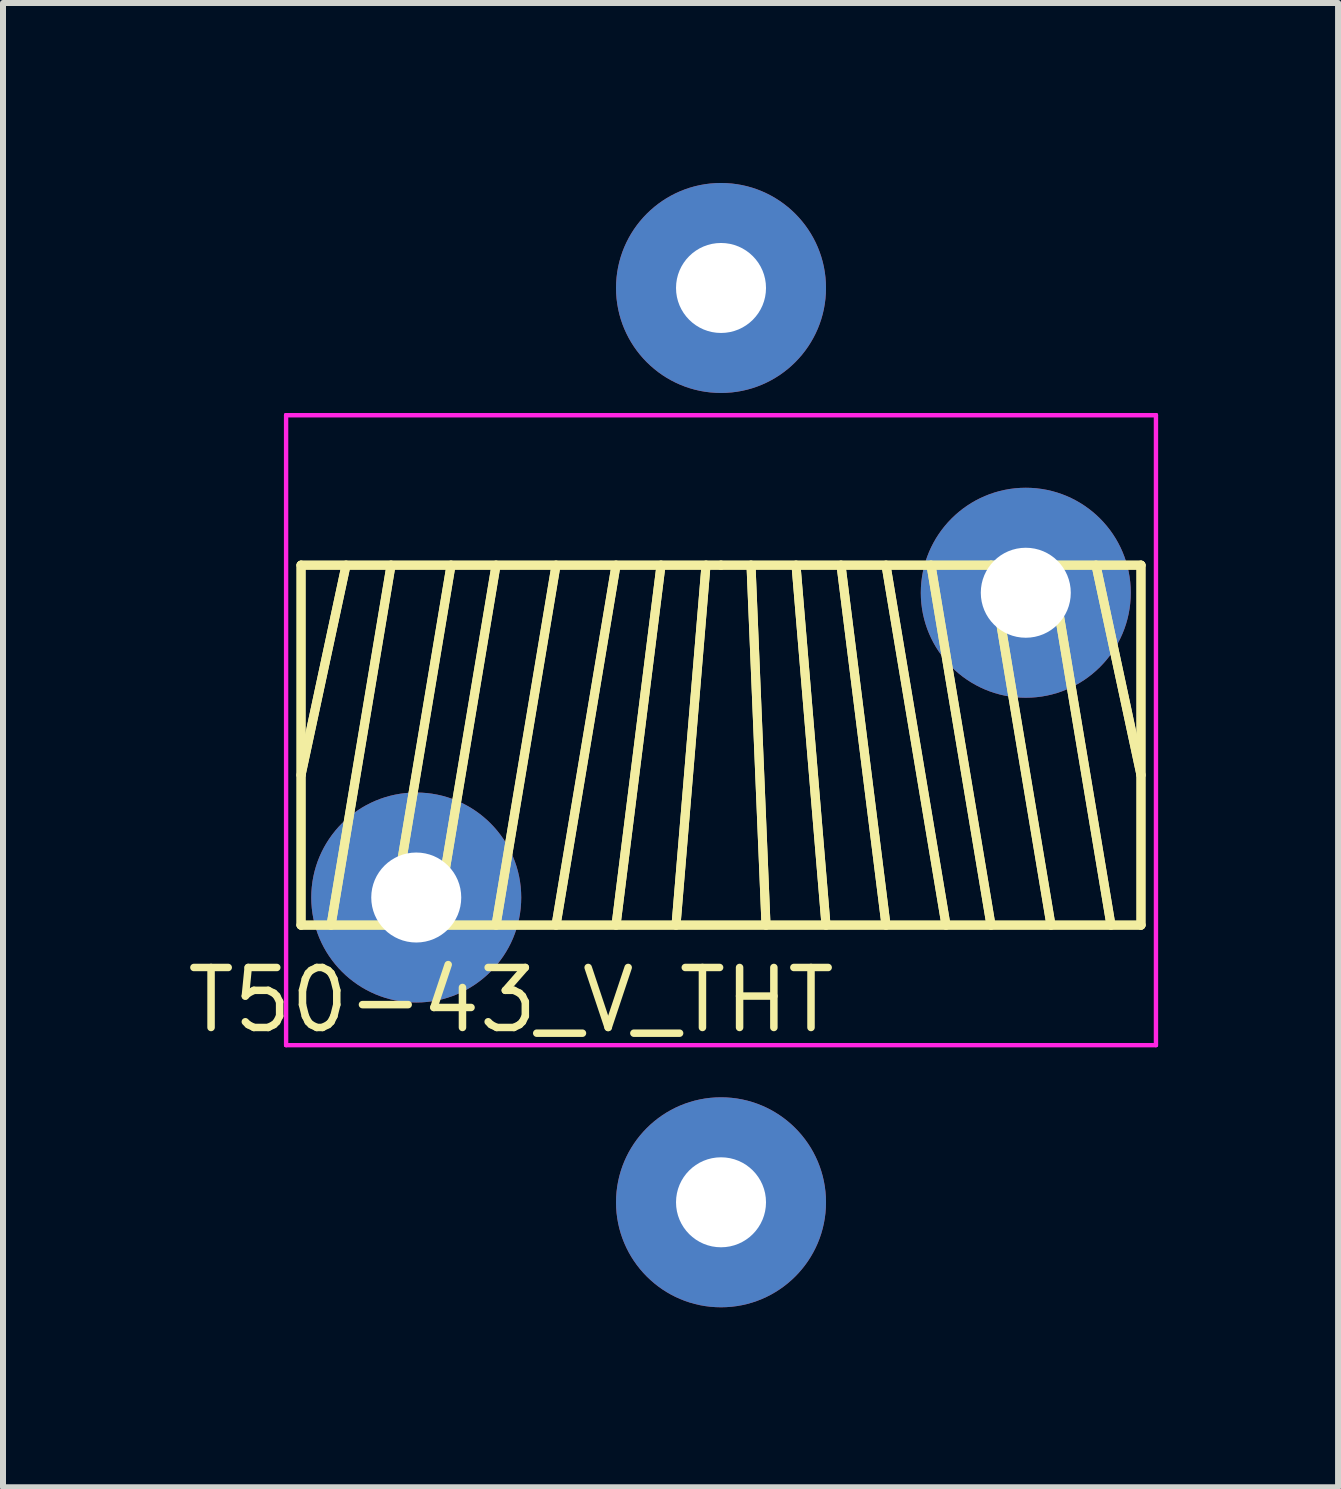
<source format=kicad_pcb>
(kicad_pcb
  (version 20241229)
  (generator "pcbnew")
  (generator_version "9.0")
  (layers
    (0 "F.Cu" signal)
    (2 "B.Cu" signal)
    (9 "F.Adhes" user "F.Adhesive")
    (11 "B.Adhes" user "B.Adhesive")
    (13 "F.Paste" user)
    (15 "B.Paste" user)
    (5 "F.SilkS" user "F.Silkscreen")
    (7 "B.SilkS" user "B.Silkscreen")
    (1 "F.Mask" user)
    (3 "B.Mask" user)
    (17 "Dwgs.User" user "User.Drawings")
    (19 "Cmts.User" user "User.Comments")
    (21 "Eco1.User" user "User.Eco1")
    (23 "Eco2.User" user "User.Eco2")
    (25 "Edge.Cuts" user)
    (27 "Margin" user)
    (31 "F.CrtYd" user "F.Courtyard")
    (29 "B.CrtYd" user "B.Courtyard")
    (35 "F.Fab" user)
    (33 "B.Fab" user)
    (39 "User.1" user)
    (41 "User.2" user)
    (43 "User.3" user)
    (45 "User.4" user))
  (footprint "T50-43_V_THT"
    (layer "F.Cu")
    (at 8.968 9.37)
    (property "Reference" "T50-43_V_THT" (at -3.5 4.25 0) (layer "F.SilkS") (effects (font (size 1 1) (thickness 0.125))))
    (attr through_hole)
    (fp_line (start -7 -3) (end 0 -3) (stroke (width 0.15) (type solid)) (layer "F.SilkS"))
    (fp_line (start -7 -3) (end 0 -3) (stroke (width 0.15) (type solid)) (layer "F.SilkS"))
    (fp_line (start -7 3) (end -7 -3) (stroke (width 0.15) (type solid)) (layer "F.SilkS"))
    (fp_line (start -7 3) (end -7 -3) (stroke (width 0.15) (type solid)) (layer "F.SilkS"))
    (fp_line (start -6.25 -3) (end -7 0.5) (stroke (width 0.15) (type solid)) (layer "F.SilkS"))
    (fp_line (start -6.25 -3) (end -7 0.5) (stroke (width 0.15) (type solid)) (layer "F.SilkS"))
    (fp_line (start -5.5 -3) (end -6.5 3) (stroke (width 0.15) (type solid)) (layer "F.SilkS"))
    (fp_line (start -5.5 -3) (end -6.5 3) (stroke (width 0.15) (type solid)) (layer "F.SilkS"))
    (fp_line (start -4.5 -3) (end -5.5 3) (stroke (width 0.15) (type solid)) (layer "F.SilkS"))
    (fp_line (start -4.5 -3) (end -5.5 3) (stroke (width 0.15) (type solid)) (layer "F.SilkS"))
    (fp_line (start -3.75 -3) (end -4.75 3) (stroke (width 0.15) (type solid)) (layer "F.SilkS"))
    (fp_line (start -3.75 -3) (end -4.75 3) (stroke (width 0.15) (type solid)) (layer "F.SilkS"))
    (fp_line (start -2.75 -3) (end -3.75 3) (stroke (width 0.15) (type solid)) (layer "F.SilkS"))
    (fp_line (start -2.75 -3) (end -3.75 3) (stroke (width 0.15) (type solid)) (layer "F.SilkS"))
    (fp_line (start -1.75 -3) (end -2.75 3) (stroke (width 0.15) (type solid)) (layer "F.SilkS"))
    (fp_line (start -1.75 -3) (end -2.75 3) (stroke (width 0.15) (type solid)) (layer "F.SilkS"))
    (fp_line (start -1 -3) (end -1.75 3) (stroke (width 0.15) (type solid)) (layer "F.SilkS"))
    (fp_line (start -1 -3) (end -1.75 3) (stroke (width 0.15) (type solid)) (layer "F.SilkS"))
    (fp_line (start -0.25 -3) (end -0.75 3) (stroke (width 0.15) (type solid)) (layer "F.SilkS"))
    (fp_line (start -0.25 -3) (end -0.75 3) (stroke (width 0.15) (type solid)) (layer "F.SilkS"))
    (fp_line (start 0 -3) (end 7 -3) (stroke (width 0.15) (type solid)) (layer "F.SilkS"))
    (fp_line (start 0 -3) (end 7 -3) (stroke (width 0.15) (type solid)) (layer "F.SilkS"))
    (fp_line (start 0.5 -3) (end 0.75 3) (stroke (width 0.15) (type solid)) (layer "F.SilkS"))
    (fp_line (start 0.5 -3) (end 0.75 3) (stroke (width 0.15) (type solid)) (layer "F.SilkS"))
    (fp_line (start 1.25 -3) (end 1.75 3) (stroke (width 0.15) (type solid)) (layer "F.SilkS"))
    (fp_line (start 1.25 -3) (end 1.75 3) (stroke (width 0.15) (type solid)) (layer "F.SilkS"))
    (fp_line (start 2 -3) (end 2.75 3) (stroke (width 0.15) (type solid)) (layer "F.SilkS"))
    (fp_line (start 2 -3) (end 2.75 3) (stroke (width 0.15) (type solid)) (layer "F.SilkS"))
    (fp_line (start 2.75 -3) (end 3.75 3) (stroke (width 0.15) (type solid)) (layer "F.SilkS"))
    (fp_line (start 2.75 -3) (end 3.75 3) (stroke (width 0.15) (type solid)) (layer "F.SilkS"))
    (fp_line (start 3.5 -3) (end 4.5 3) (stroke (width 0.15) (type solid)) (layer "F.SilkS"))
    (fp_line (start 3.5 -3) (end 4.5 3) (stroke (width 0.15) (type solid)) (layer "F.SilkS"))
    (fp_line (start 4.5 -3) (end 5.5 3) (stroke (width 0.15) (type solid)) (layer "F.SilkS"))
    (fp_line (start 4.5 -3) (end 5.5 3) (stroke (width 0.15) (type solid)) (layer "F.SilkS"))
    (fp_line (start 5.5 -3) (end 6.5 3) (stroke (width 0.15) (type solid)) (layer "F.SilkS"))
    (fp_line (start 5.5 -3) (end 6.5 3) (stroke (width 0.15) (type solid)) (layer "F.SilkS"))
    (fp_line (start 6.25 -3) (end 7 0.5) (stroke (width 0.15) (type solid)) (layer "F.SilkS"))
    (fp_line (start 6.25 -3) (end 7 0.5) (stroke (width 0.15) (type solid)) (layer "F.SilkS"))
    (fp_line (start 7 -3) (end 7 3) (stroke (width 0.15) (type solid)) (layer "F.SilkS"))
    (fp_line (start 7 -3) (end 7 3) (stroke (width 0.15) (type solid)) (layer "F.SilkS"))
    (fp_line (start 7 3) (end -7 3) (stroke (width 0.15) (type solid)) (layer "F.SilkS"))
    (fp_line (start 7 3) (end -7 3) (stroke (width 0.15) (type solid)) (layer "F.SilkS"))
    (fp_line (start -7.25 -3.25) (end 7.25 -3.25) (stroke (width 0.07) (type solid)) (layer "Eco2.User"))
    (fp_line (start -7.25 -3.25) (end 7.25 -3.25) (stroke (width 0.07) (type solid)) (layer "Eco2.User"))
    (fp_line (start -7.25 3.25) (end -7.25 -3.25) (stroke (width 0.07) (type solid)) (layer "Eco2.User"))
    (fp_line (start -7.25 3.25) (end -7.25 -3.25) (stroke (width 0.07) (type solid)) (layer "Eco2.User"))
    (fp_line (start 7.25 -3.25) (end 7.25 3.25) (stroke (width 0.07) (type solid)) (layer "Eco2.User"))
    (fp_line (start 7.25 -3.25) (end 7.25 3.25) (stroke (width 0.07) (type solid)) (layer "Eco2.User"))
    (fp_line (start 7.25 3.25) (end -7.25 3.25) (stroke (width 0.07) (type solid)) (layer "Eco2.User"))
    (fp_line (start 7.25 3.25) (end -7.25 3.25) (stroke (width 0.07) (type solid)) (layer "Eco2.User"))
    (fp_line (start -7.25 -5.5) (end -7.25 5) (stroke (width 0.07) (type solid)) (layer "F.CrtYd"))
    (fp_line (start -7.25 -5.5) (end -7.25 5) (stroke (width 0.07) (type solid)) (layer "F.CrtYd"))
    (fp_line (start -7.25 -5.5) (end 7.25 -5.5) (stroke (width 0.07) (type solid)) (layer "F.CrtYd"))
    (fp_line (start -7.25 -5.5) (end 7.25 -5.5) (stroke (width 0.07) (type solid)) (layer "F.CrtYd"))
    (fp_line (start -7.25 5) (end 7.25 5) (stroke (width 0.07) (type solid)) (layer "F.CrtYd"))
    (fp_line (start -7.25 5) (end 7.25 5) (stroke (width 0.07) (type solid)) (layer "F.CrtYd"))
    (fp_line (start 7.25 5) (end 7.25 -5.5) (stroke (width 0.07) (type solid)) (layer "F.CrtYd"))
    (fp_line (start 7.25 5) (end 7.25 -5.5) (stroke (width 0.07) (type solid)) (layer "F.CrtYd"))
    (pad "1" thru_hole circle (at 0 -7.62) (size 3.5 3.5) (drill 1.5) (layers "*.Cu" "*.Mask"))
    (pad "2" thru_hole circle (at 0 7.62) (size 3.5 3.5) (drill 1.5) (layers "*.Cu" "*.Mask"))
    (pad "3" thru_hole circle (at -5.08 2.54) (size 3.5 3.5) (drill 1.5) (layers "*.Cu" "*.Mask"))
    (pad "4" thru_hole circle (at 5.08 -2.54) (size 3.5 3.5) (drill 1.5) (layers "*.Cu" "*.Mask")))
  (gr_rect
    (start -3 -3)
    (end 19.253 21.74)
    (stroke (width 0.1) (type default))
    (fill no)
    (layer "Edge.Cuts")))
</source>
